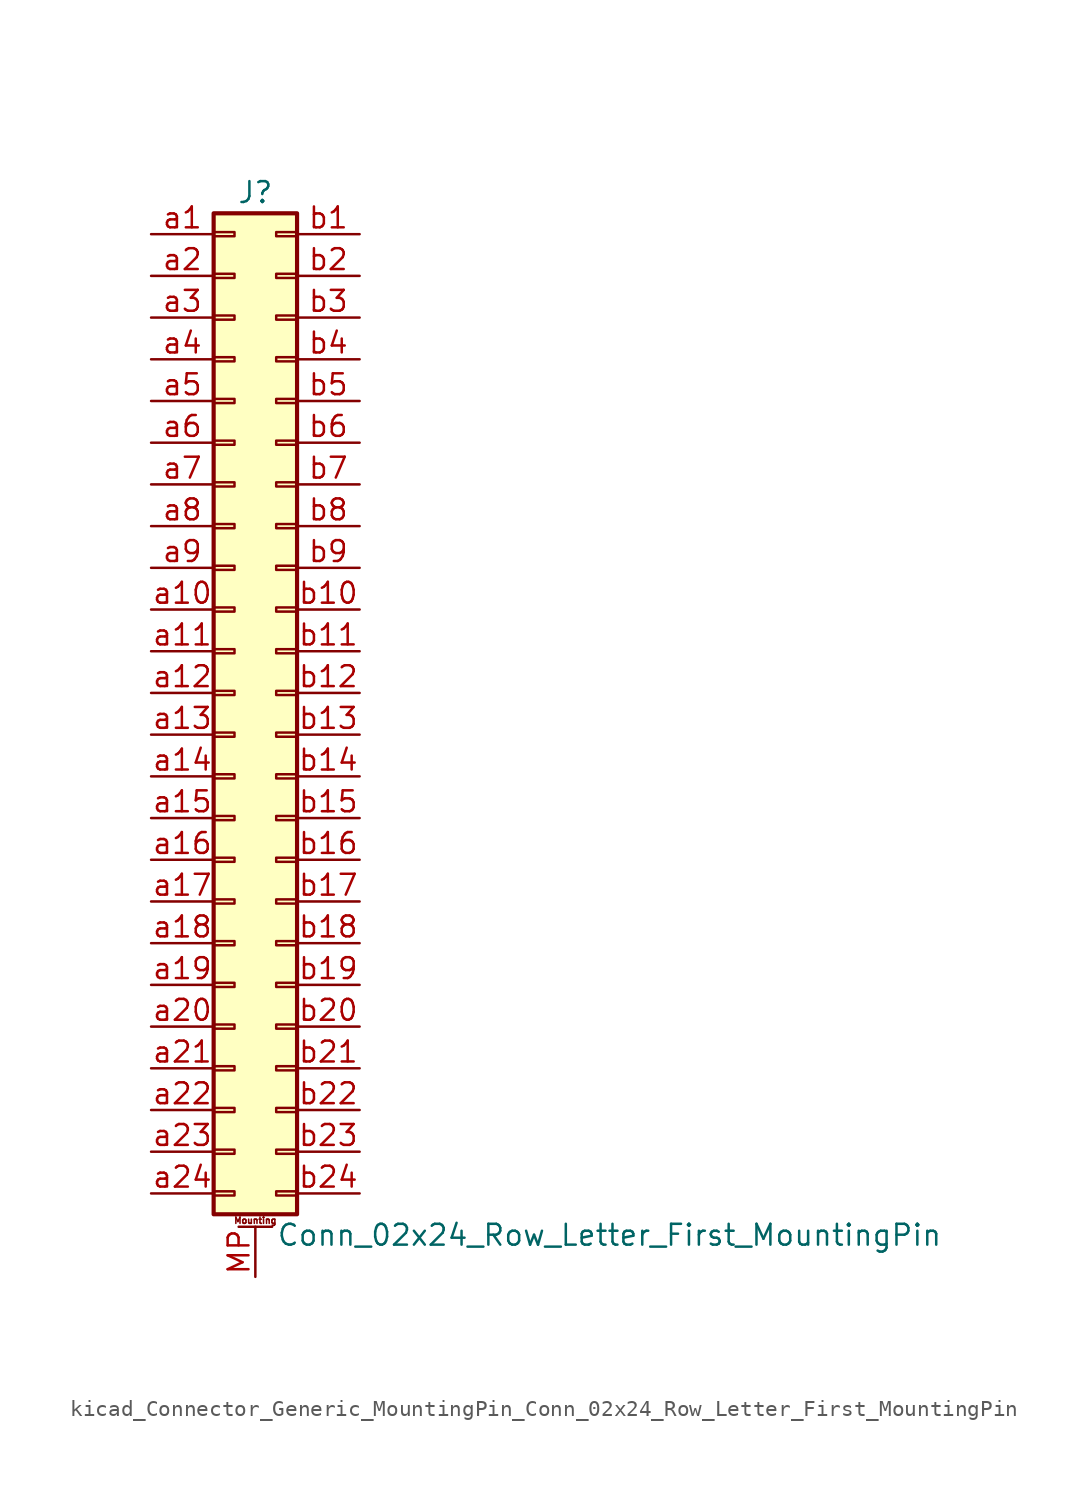
<source format=kicad_sym>
(kicad_symbol_lib
  (version 20220914)
  (generator kicad_symbol_editor)
  (symbol "kicad_Connector_Generic_MountingPin_Conn_02x24_Row_Letter_First_MountingPin"
    (pin_names
      (offset 1.016) hide)
    (property "Reference" "J"
      (at 1.27 30.48 0)
      (effects (font (size 1.27 1.27))))
    (property "Value" "Conn_02x24_Row_Letter_First_MountingPin"
      (at 2.54 -33.02 0)
      (effects (font (size 1.27 1.27)) (justify left)))
    (symbol "kicad_Connector_Generic_MountingPin_Conn_02x24_Row_Letter_First_MountingPin_1_1"
      (rectangle (start -1.27 -30.353) (end 0 -30.607) (stroke (width 0.152) (type default)) (fill (type none)))
      (rectangle (start -1.27 -27.813) (end 0 -28.067) (stroke (width 0.152) (type default)) (fill (type none)))
      (rectangle (start -1.27 -25.273) (end 0 -25.527) (stroke (width 0.152) (type default)) (fill (type none)))
      (rectangle (start -1.27 -22.733) (end 0 -22.987) (stroke (width 0.152) (type default)) (fill (type none)))
      (rectangle (start -1.27 -20.193) (end 0 -20.447) (stroke (width 0.152) (type default)) (fill (type none)))
      (rectangle (start -1.27 -17.653) (end 0 -17.907) (stroke (width 0.152) (type default)) (fill (type none)))
      (rectangle (start -1.27 -15.113) (end 0 -15.367) (stroke (width 0.152) (type default)) (fill (type none)))
      (rectangle (start -1.27 -12.573) (end 0 -12.827) (stroke (width 0.152) (type default)) (fill (type none)))
      (rectangle (start -1.27 -10.033) (end 0 -10.287) (stroke (width 0.152) (type default)) (fill (type none)))
      (rectangle (start -1.27 -7.493) (end 0 -7.747) (stroke (width 0.152) (type default)) (fill (type none)))
      (rectangle (start -1.27 -4.953) (end 0 -5.207) (stroke (width 0.152) (type default)) (fill (type none)))
      (rectangle (start -1.27 -2.413) (end 0 -2.667) (stroke (width 0.152) (type default)) (fill (type none)))
      (rectangle (start -1.27 0.127) (end 0 -0.127) (stroke (width 0.152) (type default)) (fill (type none)))
      (rectangle (start -1.27 2.667) (end 0 2.413) (stroke (width 0.152) (type default)) (fill (type none)))
      (rectangle (start -1.27 5.207) (end 0 4.953) (stroke (width 0.152) (type default)) (fill (type none)))
      (rectangle (start -1.27 7.747) (end 0 7.493) (stroke (width 0.152) (type default)) (fill (type none)))
      (rectangle (start -1.27 10.287) (end 0 10.033) (stroke (width 0.152) (type default)) (fill (type none)))
      (rectangle (start -1.27 12.827) (end 0 12.573) (stroke (width 0.152) (type default)) (fill (type none)))
      (rectangle (start -1.27 15.367) (end 0 15.113) (stroke (width 0.152) (type default)) (fill (type none)))
      (rectangle (start -1.27 17.907) (end 0 17.653) (stroke (width 0.152) (type default)) (fill (type none)))
      (rectangle (start -1.27 20.447) (end 0 20.193) (stroke (width 0.152) (type default)) (fill (type none)))
      (rectangle (start -1.27 22.987) (end 0 22.733) (stroke (width 0.152) (type default)) (fill (type none)))
      (rectangle (start -1.27 25.527) (end 0 25.273) (stroke (width 0.152) (type default)) (fill (type none)))
      (rectangle (start -1.27 28.067) (end 0 27.813) (stroke (width 0.152) (type default)) (fill (type none)))
      (rectangle (start -1.27 29.21) (end 3.81 -31.75) (stroke (width 0.254) (type default)) (fill (type background)))
      (polyline (pts (xy 0.254 -32.512) (xy 2.286 -32.512)) (stroke (width 0.152) (type default)) (fill (type none)))
      (rectangle (start 3.81 -30.353) (end 2.54 -30.607) (stroke (width 0.152) (type default)) (fill (type none)))
      (rectangle (start 3.81 -27.813) (end 2.54 -28.067) (stroke (width 0.152) (type default)) (fill (type none)))
      (rectangle (start 3.81 -25.273) (end 2.54 -25.527) (stroke (width 0.152) (type default)) (fill (type none)))
      (rectangle (start 3.81 -22.733) (end 2.54 -22.987) (stroke (width 0.152) (type default)) (fill (type none)))
      (rectangle (start 3.81 -20.193) (end 2.54 -20.447) (stroke (width 0.152) (type default)) (fill (type none)))
      (rectangle (start 3.81 -17.653) (end 2.54 -17.907) (stroke (width 0.152) (type default)) (fill (type none)))
      (rectangle (start 3.81 -15.113) (end 2.54 -15.367) (stroke (width 0.152) (type default)) (fill (type none)))
      (rectangle (start 3.81 -12.573) (end 2.54 -12.827) (stroke (width 0.152) (type default)) (fill (type none)))
      (rectangle (start 3.81 -10.033) (end 2.54 -10.287) (stroke (width 0.152) (type default)) (fill (type none)))
      (rectangle (start 3.81 -7.493) (end 2.54 -7.747) (stroke (width 0.152) (type default)) (fill (type none)))
      (rectangle (start 3.81 -4.953) (end 2.54 -5.207) (stroke (width 0.152) (type default)) (fill (type none)))
      (rectangle (start 3.81 -2.413) (end 2.54 -2.667) (stroke (width 0.152) (type default)) (fill (type none)))
      (rectangle (start 3.81 0.127) (end 2.54 -0.127) (stroke (width 0.152) (type default)) (fill (type none)))
      (rectangle (start 3.81 2.667) (end 2.54 2.413) (stroke (width 0.152) (type default)) (fill (type none)))
      (rectangle (start 3.81 5.207) (end 2.54 4.953) (stroke (width 0.152) (type default)) (fill (type none)))
      (rectangle (start 3.81 7.747) (end 2.54 7.493) (stroke (width 0.152) (type default)) (fill (type none)))
      (rectangle (start 3.81 10.287) (end 2.54 10.033) (stroke (width 0.152) (type default)) (fill (type none)))
      (rectangle (start 3.81 12.827) (end 2.54 12.573) (stroke (width 0.152) (type default)) (fill (type none)))
      (rectangle (start 3.81 15.367) (end 2.54 15.113) (stroke (width 0.152) (type default)) (fill (type none)))
      (rectangle (start 3.81 17.907) (end 2.54 17.653) (stroke (width 0.152) (type default)) (fill (type none)))
      (rectangle (start 3.81 20.447) (end 2.54 20.193) (stroke (width 0.152) (type default)) (fill (type none)))
      (rectangle (start 3.81 22.987) (end 2.54 22.733) (stroke (width 0.152) (type default)) (fill (type none)))
      (rectangle (start 3.81 25.527) (end 2.54 25.273) (stroke (width 0.152) (type default)) (fill (type none)))
      (rectangle (start 3.81 28.067) (end 2.54 27.813) (stroke (width 0.152) (type default)) (fill (type none)))
      (text "Mounting" (at 1.27 -32.131 0) (effects (font (size 0.381 0.381))))
      (pin passive line (at 1.27 -35.56 90) (length 3.048) (name "MountPin" (effects (font (size 1.27 1.27)))) (number "MP" (effects (font (size 1.27 1.27)))))
      (pin passive line (at -5.08 27.94 0) (length 3.81) (name "Pin_a1" (effects (font (size 1.27 1.27)))) (number "a1" (effects (font (size 1.27 1.27)))))
      (pin passive line (at -5.08 5.08 0) (length 3.81) (name "Pin_a10" (effects (font (size 1.27 1.27)))) (number "a10" (effects (font (size 1.27 1.27)))))
      (pin passive line (at -5.08 2.54 0) (length 3.81) (name "Pin_a11" (effects (font (size 1.27 1.27)))) (number "a11" (effects (font (size 1.27 1.27)))))
      (pin passive line (at -5.08 0 0) (length 3.81) (name "Pin_a12" (effects (font (size 1.27 1.27)))) (number "a12" (effects (font (size 1.27 1.27)))))
      (pin passive line (at -5.08 -2.54 0) (length 3.81) (name "Pin_a13" (effects (font (size 1.27 1.27)))) (number "a13" (effects (font (size 1.27 1.27)))))
      (pin passive line (at -5.08 -5.08 0) (length 3.81) (name "Pin_a14" (effects (font (size 1.27 1.27)))) (number "a14" (effects (font (size 1.27 1.27)))))
      (pin passive line (at -5.08 -7.62 0) (length 3.81) (name "Pin_a15" (effects (font (size 1.27 1.27)))) (number "a15" (effects (font (size 1.27 1.27)))))
      (pin passive line (at -5.08 -10.16 0) (length 3.81) (name "Pin_a16" (effects (font (size 1.27 1.27)))) (number "a16" (effects (font (size 1.27 1.27)))))
      (pin passive line (at -5.08 -12.7 0) (length 3.81) (name "Pin_a17" (effects (font (size 1.27 1.27)))) (number "a17" (effects (font (size 1.27 1.27)))))
      (pin passive line (at -5.08 -15.24 0) (length 3.81) (name "Pin_a18" (effects (font (size 1.27 1.27)))) (number "a18" (effects (font (size 1.27 1.27)))))
      (pin passive line (at -5.08 -17.78 0) (length 3.81) (name "Pin_a19" (effects (font (size 1.27 1.27)))) (number "a19" (effects (font (size 1.27 1.27)))))
      (pin passive line (at -5.08 25.4 0) (length 3.81) (name "Pin_a2" (effects (font (size 1.27 1.27)))) (number "a2" (effects (font (size 1.27 1.27)))))
      (pin passive line (at -5.08 -20.32 0) (length 3.81) (name "Pin_a20" (effects (font (size 1.27 1.27)))) (number "a20" (effects (font (size 1.27 1.27)))))
      (pin passive line (at -5.08 -22.86 0) (length 3.81) (name "Pin_a21" (effects (font (size 1.27 1.27)))) (number "a21" (effects (font (size 1.27 1.27)))))
      (pin passive line (at -5.08 -25.4 0) (length 3.81) (name "Pin_a22" (effects (font (size 1.27 1.27)))) (number "a22" (effects (font (size 1.27 1.27)))))
      (pin passive line (at -5.08 -27.94 0) (length 3.81) (name "Pin_a23" (effects (font (size 1.27 1.27)))) (number "a23" (effects (font (size 1.27 1.27)))))
      (pin passive line (at -5.08 -30.48 0) (length 3.81) (name "Pin_a24" (effects (font (size 1.27 1.27)))) (number "a24" (effects (font (size 1.27 1.27)))))
      (pin passive line (at -5.08 22.86 0) (length 3.81) (name "Pin_a3" (effects (font (size 1.27 1.27)))) (number "a3" (effects (font (size 1.27 1.27)))))
      (pin passive line (at -5.08 20.32 0) (length 3.81) (name "Pin_a4" (effects (font (size 1.27 1.27)))) (number "a4" (effects (font (size 1.27 1.27)))))
      (pin passive line (at -5.08 17.78 0) (length 3.81) (name "Pin_a5" (effects (font (size 1.27 1.27)))) (number "a5" (effects (font (size 1.27 1.27)))))
      (pin passive line (at -5.08 15.24 0) (length 3.81) (name "Pin_a6" (effects (font (size 1.27 1.27)))) (number "a6" (effects (font (size 1.27 1.27)))))
      (pin passive line (at -5.08 12.7 0) (length 3.81) (name "Pin_a7" (effects (font (size 1.27 1.27)))) (number "a7" (effects (font (size 1.27 1.27)))))
      (pin passive line (at -5.08 10.16 0) (length 3.81) (name "Pin_a8" (effects (font (size 1.27 1.27)))) (number "a8" (effects (font (size 1.27 1.27)))))
      (pin passive line (at -5.08 7.62 0) (length 3.81) (name "Pin_a9" (effects (font (size 1.27 1.27)))) (number "a9" (effects (font (size 1.27 1.27)))))
      (pin passive line (at 7.62 27.94 180) (length 3.81) (name "Pin_b1" (effects (font (size 1.27 1.27)))) (number "b1" (effects (font (size 1.27 1.27)))))
      (pin passive line (at 7.62 5.08 180) (length 3.81) (name "Pin_b10" (effects (font (size 1.27 1.27)))) (number "b10" (effects (font (size 1.27 1.27)))))
      (pin passive line (at 7.62 2.54 180) (length 3.81) (name "Pin_b11" (effects (font (size 1.27 1.27)))) (number "b11" (effects (font (size 1.27 1.27)))))
      (pin passive line (at 7.62 0 180) (length 3.81) (name "Pin_b12" (effects (font (size 1.27 1.27)))) (number "b12" (effects (font (size 1.27 1.27)))))
      (pin passive line (at 7.62 -2.54 180) (length 3.81) (name "Pin_b13" (effects (font (size 1.27 1.27)))) (number "b13" (effects (font (size 1.27 1.27)))))
      (pin passive line (at 7.62 -5.08 180) (length 3.81) (name "Pin_b14" (effects (font (size 1.27 1.27)))) (number "b14" (effects (font (size 1.27 1.27)))))
      (pin passive line (at 7.62 -7.62 180) (length 3.81) (name "Pin_b15" (effects (font (size 1.27 1.27)))) (number "b15" (effects (font (size 1.27 1.27)))))
      (pin passive line (at 7.62 -10.16 180) (length 3.81) (name "Pin_b16" (effects (font (size 1.27 1.27)))) (number "b16" (effects (font (size 1.27 1.27)))))
      (pin passive line (at 7.62 -12.7 180) (length 3.81) (name "Pin_b17" (effects (font (size 1.27 1.27)))) (number "b17" (effects (font (size 1.27 1.27)))))
      (pin passive line (at 7.62 -15.24 180) (length 3.81) (name "Pin_b18" (effects (font (size 1.27 1.27)))) (number "b18" (effects (font (size 1.27 1.27)))))
      (pin passive line (at 7.62 -17.78 180) (length 3.81) (name "Pin_b19" (effects (font (size 1.27 1.27)))) (number "b19" (effects (font (size 1.27 1.27)))))
      (pin passive line (at 7.62 25.4 180) (length 3.81) (name "Pin_b2" (effects (font (size 1.27 1.27)))) (number "b2" (effects (font (size 1.27 1.27)))))
      (pin passive line (at 7.62 -20.32 180) (length 3.81) (name "Pin_b20" (effects (font (size 1.27 1.27)))) (number "b20" (effects (font (size 1.27 1.27)))))
      (pin passive line (at 7.62 -22.86 180) (length 3.81) (name "Pin_b21" (effects (font (size 1.27 1.27)))) (number "b21" (effects (font (size 1.27 1.27)))))
      (pin passive line (at 7.62 -25.4 180) (length 3.81) (name "Pin_b22" (effects (font (size 1.27 1.27)))) (number "b22" (effects (font (size 1.27 1.27)))))
      (pin passive line (at 7.62 -27.94 180) (length 3.81) (name "Pin_b23" (effects (font (size 1.27 1.27)))) (number "b23" (effects (font (size 1.27 1.27)))))
      (pin passive line (at 7.62 -30.48 180) (length 3.81) (name "Pin_b24" (effects (font (size 1.27 1.27)))) (number "b24" (effects (font (size 1.27 1.27)))))
      (pin passive line (at 7.62 22.86 180) (length 3.81) (name "Pin_b3" (effects (font (size 1.27 1.27)))) (number "b3" (effects (font (size 1.27 1.27)))))
      (pin passive line (at 7.62 20.32 180) (length 3.81) (name "Pin_b4" (effects (font (size 1.27 1.27)))) (number "b4" (effects (font (size 1.27 1.27)))))
      (pin passive line (at 7.62 17.78 180) (length 3.81) (name "Pin_b5" (effects (font (size 1.27 1.27)))) (number "b5" (effects (font (size 1.27 1.27)))))
      (pin passive line (at 7.62 15.24 180) (length 3.81) (name "Pin_b6" (effects (font (size 1.27 1.27)))) (number "b6" (effects (font (size 1.27 1.27)))))
      (pin passive line (at 7.62 12.7 180) (length 3.81) (name "Pin_b7" (effects (font (size 1.27 1.27)))) (number "b7" (effects (font (size 1.27 1.27)))))
      (pin passive line (at 7.62 10.16 180) (length 3.81) (name "Pin_b8" (effects (font (size 1.27 1.27)))) (number "b8" (effects (font (size 1.27 1.27)))))
      (pin passive line (at 7.62 7.62 180) (length 3.81) (name "Pin_b9" (effects (font (size 1.27 1.27)))) (number "b9" (effects (font (size 1.27 1.27))))))))
</source>
